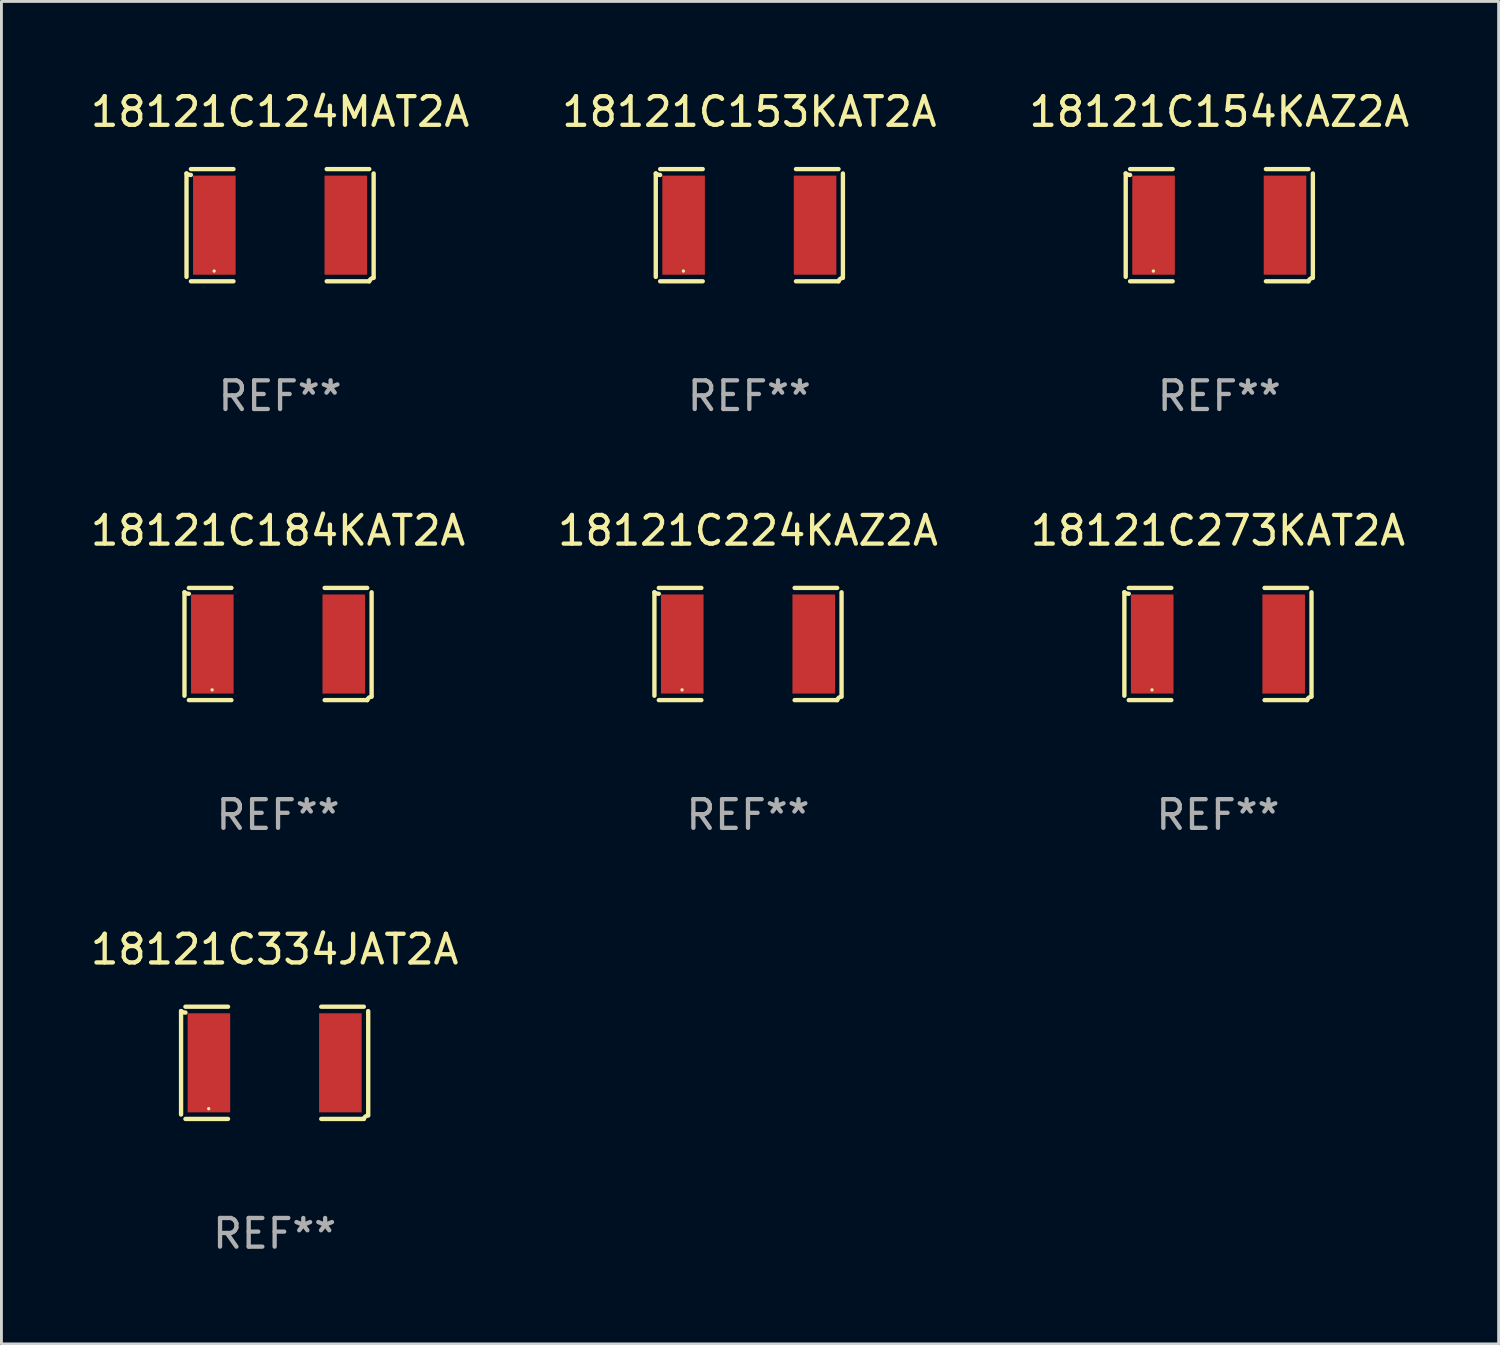
<source format=kicad_pcb>
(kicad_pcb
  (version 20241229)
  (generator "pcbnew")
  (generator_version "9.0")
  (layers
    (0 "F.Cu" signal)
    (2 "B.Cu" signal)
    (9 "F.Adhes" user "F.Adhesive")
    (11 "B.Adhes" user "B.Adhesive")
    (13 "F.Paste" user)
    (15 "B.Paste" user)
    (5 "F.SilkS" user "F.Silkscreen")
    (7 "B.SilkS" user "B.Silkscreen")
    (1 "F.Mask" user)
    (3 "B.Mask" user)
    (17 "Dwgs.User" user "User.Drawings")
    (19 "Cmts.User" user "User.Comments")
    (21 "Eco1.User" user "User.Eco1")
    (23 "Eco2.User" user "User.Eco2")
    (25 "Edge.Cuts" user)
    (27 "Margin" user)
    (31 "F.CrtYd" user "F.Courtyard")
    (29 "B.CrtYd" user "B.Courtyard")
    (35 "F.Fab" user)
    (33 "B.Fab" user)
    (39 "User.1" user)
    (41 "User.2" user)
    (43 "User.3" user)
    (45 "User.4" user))
  (footprint "18121C184KAT2A"
    (layer "F.Cu")
    (at 6.649 19.415)
    (property "Reference" "18121C184KAT2A" (at 0 -3.957 0) (layer "F.SilkS") (effects (font (size 1 1) (thickness 0.15))))
    (attr through_hole)
    (fp_line (start -3.264 1.804) (end -3.264 -1.804) (stroke (width 0.152) (type solid)) (layer "F.SilkS"))
    (fp_line (start -3.111 -1.957) (end -1.626 -1.957) (stroke (width 0.152) (type solid)) (layer "F.SilkS"))
    (fp_line (start -1.626 1.957) (end -3.111 1.957) (stroke (width 0.152) (type solid)) (layer "F.SilkS"))
    (fp_line (start 1.626 1.957) (end 3.111 1.957) (stroke (width 0.152) (type solid)) (layer "F.SilkS"))
    (fp_line (start 3.111 -1.957) (end 1.626 -1.957) (stroke (width 0.152) (type solid)) (layer "F.SilkS"))
    (fp_line (start 3.264 1.804) (end 3.264 -1.804) (stroke (width 0.152) (type solid)) (layer "F.SilkS"))
    (fp_arc (start -3.111202 -1.752192) (mid -3.191715 -1.76555) (end -3.263602 -1.804191) (stroke (width 0.1524) (type solid)) (layer "F.SilkS"))
    (fp_arc (start 3.111201 1.956591) (mid 3.167789 1.872777) (end 3.263602 1.840424) (stroke (width 0.1524) (type solid)) (layer "F.SilkS"))
    (fp_circle (center -2.3 1.6) (end -2.27 1.6) (stroke (width 0.06) (type solid)) (fill no) (layer "F.SilkS"))
    (fp_text user "REF**" (at 0 5.957 0) (layer "F.Fab") (effects (font (size 1 1) (thickness 0.15))))
    (pad "1" smd rect (at -2.293 0) (size 1.485 3.456) (layers "F.Cu" "F.Mask" "F.Paste"))
    (pad "2" smd rect (at 2.293 0) (size 1.485 3.456) (layers "F.Cu" "F.Mask" "F.Paste")))
  (footprint "18121C124MAT2A"
    (layer "F.Cu")
    (at 6.72 4.805)
    (property "Reference" "18121C124MAT2A" (at 0 -3.957 0) (layer "F.SilkS") (effects (font (size 1 1) (thickness 0.15))))
    (attr through_hole)
    (fp_line (start -3.264 1.804) (end -3.264 -1.804) (stroke (width 0.152) (type solid)) (layer "F.SilkS"))
    (fp_line (start -3.111 -1.957) (end -1.626 -1.957) (stroke (width 0.152) (type solid)) (layer "F.SilkS"))
    (fp_line (start -1.626 1.957) (end -3.111 1.957) (stroke (width 0.152) (type solid)) (layer "F.SilkS"))
    (fp_line (start 1.626 1.957) (end 3.111 1.957) (stroke (width 0.152) (type solid)) (layer "F.SilkS"))
    (fp_line (start 3.111 -1.957) (end 1.626 -1.957) (stroke (width 0.152) (type solid)) (layer "F.SilkS"))
    (fp_line (start 3.264 1.804) (end 3.264 -1.804) (stroke (width 0.152) (type solid)) (layer "F.SilkS"))
    (fp_arc (start -3.111202 -1.752192) (mid -3.191715 -1.76555) (end -3.263602 -1.804191) (stroke (width 0.1524) (type solid)) (layer "F.SilkS"))
    (fp_arc (start 3.111201 1.956591) (mid 3.167789 1.872777) (end 3.263602 1.840424) (stroke (width 0.1524) (type solid)) (layer "F.SilkS"))
    (fp_circle (center -2.3 1.6) (end -2.27 1.6) (stroke (width 0.06) (type solid)) (fill no) (layer "F.SilkS"))
    (fp_text user "REF**" (at 0 5.957 0) (layer "F.Fab") (effects (font (size 1 1) (thickness 0.15))))
    (pad "1" smd rect (at -2.293 0) (size 1.485 3.456) (layers "F.Cu" "F.Mask" "F.Paste"))
    (pad "2" smd rect (at 2.293 0) (size 1.485 3.456) (layers "F.Cu" "F.Mask" "F.Paste")))
  (footprint "18121C334JAT2A"
    (layer "F.Cu")
    (at 6.53 34.024)
    (property "Reference" "18121C334JAT2A" (at 0 -3.957 0) (layer "F.SilkS") (effects (font (size 1 1) (thickness 0.15))))
    (attr through_hole)
    (fp_line (start -3.264 1.804) (end -3.264 -1.804) (stroke (width 0.152) (type solid)) (layer "F.SilkS"))
    (fp_line (start -3.111 -1.957) (end -1.626 -1.957) (stroke (width 0.152) (type solid)) (layer "F.SilkS"))
    (fp_line (start -1.626 1.957) (end -3.111 1.957) (stroke (width 0.152) (type solid)) (layer "F.SilkS"))
    (fp_line (start 1.626 1.957) (end 3.111 1.957) (stroke (width 0.152) (type solid)) (layer "F.SilkS"))
    (fp_line (start 3.111 -1.957) (end 1.626 -1.957) (stroke (width 0.152) (type solid)) (layer "F.SilkS"))
    (fp_line (start 3.264 1.804) (end 3.264 -1.804) (stroke (width 0.152) (type solid)) (layer "F.SilkS"))
    (fp_arc (start -3.111202 -1.752192) (mid -3.191715 -1.76555) (end -3.263602 -1.804191) (stroke (width 0.1524) (type solid)) (layer "F.SilkS"))
    (fp_arc (start 3.111201 1.956591) (mid 3.167789 1.872777) (end 3.263602 1.840424) (stroke (width 0.1524) (type solid)) (layer "F.SilkS"))
    (fp_circle (center -2.3 1.6) (end -2.27 1.6) (stroke (width 0.06) (type solid)) (fill no) (layer "F.SilkS"))
    (fp_text user "REF**" (at 0 5.957 0) (layer "F.Fab") (effects (font (size 1 1) (thickness 0.15))))
    (pad "1" smd rect (at -2.293 0) (size 1.485 3.456) (layers "F.Cu" "F.Mask" "F.Paste"))
    (pad "2" smd rect (at 2.293 0) (size 1.485 3.456) (layers "F.Cu" "F.Mask" "F.Paste")))
  (footprint "18121C224KAZ2A"
    (layer "F.Cu")
    (at 23.042 19.415)
    (property "Reference" "18121C224KAZ2A" (at 0 -3.957 0) (layer "F.SilkS") (effects (font (size 1 1) (thickness 0.15))))
    (attr through_hole)
    (fp_line (start -3.264 1.804) (end -3.264 -1.804) (stroke (width 0.152) (type solid)) (layer "F.SilkS"))
    (fp_line (start -3.111 -1.957) (end -1.626 -1.957) (stroke (width 0.152) (type solid)) (layer "F.SilkS"))
    (fp_line (start -1.626 1.957) (end -3.111 1.957) (stroke (width 0.152) (type solid)) (layer "F.SilkS"))
    (fp_line (start 1.626 1.957) (end 3.111 1.957) (stroke (width 0.152) (type solid)) (layer "F.SilkS"))
    (fp_line (start 3.111 -1.957) (end 1.626 -1.957) (stroke (width 0.152) (type solid)) (layer "F.SilkS"))
    (fp_line (start 3.264 1.804) (end 3.264 -1.804) (stroke (width 0.152) (type solid)) (layer "F.SilkS"))
    (fp_arc (start -3.111202 -1.752192) (mid -3.191715 -1.76555) (end -3.263602 -1.804191) (stroke (width 0.1524) (type solid)) (layer "F.SilkS"))
    (fp_arc (start 3.111201 1.956591) (mid 3.167789 1.872777) (end 3.263602 1.840424) (stroke (width 0.1524) (type solid)) (layer "F.SilkS"))
    (fp_circle (center -2.3 1.6) (end -2.27 1.6) (stroke (width 0.06) (type solid)) (fill no) (layer "F.SilkS"))
    (fp_text user "REF**" (at 0 5.957 0) (layer "F.Fab") (effects (font (size 1 1) (thickness 0.15))))
    (pad "1" smd rect (at -2.293 0) (size 1.485 3.456) (layers "F.Cu" "F.Mask" "F.Paste"))
    (pad "2" smd rect (at 2.293 0) (size 1.485 3.456) (layers "F.Cu" "F.Mask" "F.Paste")))
  (footprint "18121C273KAT2A"
    (layer "F.Cu")
    (at 39.435 19.415)
    (property "Reference" "18121C273KAT2A" (at 0 -3.957 0) (layer "F.SilkS") (effects (font (size 1 1) (thickness 0.15))))
    (attr through_hole)
    (fp_line (start -3.264 1.804) (end -3.264 -1.804) (stroke (width 0.152) (type solid)) (layer "F.SilkS"))
    (fp_line (start -3.111 -1.957) (end -1.626 -1.957) (stroke (width 0.152) (type solid)) (layer "F.SilkS"))
    (fp_line (start -1.626 1.957) (end -3.111 1.957) (stroke (width 0.152) (type solid)) (layer "F.SilkS"))
    (fp_line (start 1.626 1.957) (end 3.111 1.957) (stroke (width 0.152) (type solid)) (layer "F.SilkS"))
    (fp_line (start 3.111 -1.957) (end 1.626 -1.957) (stroke (width 0.152) (type solid)) (layer "F.SilkS"))
    (fp_line (start 3.264 1.804) (end 3.264 -1.804) (stroke (width 0.152) (type solid)) (layer "F.SilkS"))
    (fp_arc (start -3.111202 -1.752192) (mid -3.191715 -1.76555) (end -3.263602 -1.804191) (stroke (width 0.1524) (type solid)) (layer "F.SilkS"))
    (fp_arc (start 3.111201 1.956591) (mid 3.167789 1.872777) (end 3.263602 1.840424) (stroke (width 0.1524) (type solid)) (layer "F.SilkS"))
    (fp_circle (center -2.3 1.6) (end -2.27 1.6) (stroke (width 0.06) (type solid)) (fill no) (layer "F.SilkS"))
    (fp_text user "REF**" (at 0 5.957 0) (layer "F.Fab") (effects (font (size 1 1) (thickness 0.15))))
    (pad "1" smd rect (at -2.293 0) (size 1.485 3.456) (layers "F.Cu" "F.Mask" "F.Paste"))
    (pad "2" smd rect (at 2.293 0) (size 1.485 3.456) (layers "F.Cu" "F.Mask" "F.Paste")))
  (footprint "18121C153KAT2A"
    (layer "F.Cu")
    (at 23.089 4.805)
    (property "Reference" "18121C153KAT2A" (at 0 -3.957 0) (layer "F.SilkS") (effects (font (size 1 1) (thickness 0.15))))
    (attr through_hole)
    (fp_line (start -3.264 1.804) (end -3.264 -1.804) (stroke (width 0.152) (type solid)) (layer "F.SilkS"))
    (fp_line (start -3.111 -1.957) (end -1.626 -1.957) (stroke (width 0.152) (type solid)) (layer "F.SilkS"))
    (fp_line (start -1.626 1.957) (end -3.111 1.957) (stroke (width 0.152) (type solid)) (layer "F.SilkS"))
    (fp_line (start 1.626 1.957) (end 3.111 1.957) (stroke (width 0.152) (type solid)) (layer "F.SilkS"))
    (fp_line (start 3.111 -1.957) (end 1.626 -1.957) (stroke (width 0.152) (type solid)) (layer "F.SilkS"))
    (fp_line (start 3.264 1.804) (end 3.264 -1.804) (stroke (width 0.152) (type solid)) (layer "F.SilkS"))
    (fp_arc (start -3.111202 -1.752192) (mid -3.191715 -1.76555) (end -3.263602 -1.804191) (stroke (width 0.1524) (type solid)) (layer "F.SilkS"))
    (fp_arc (start 3.111201 1.956591) (mid 3.167789 1.872777) (end 3.263602 1.840424) (stroke (width 0.1524) (type solid)) (layer "F.SilkS"))
    (fp_circle (center -2.3 1.6) (end -2.27 1.6) (stroke (width 0.06) (type solid)) (fill no) (layer "F.SilkS"))
    (fp_text user "REF**" (at 0 5.957 0) (layer "F.Fab") (effects (font (size 1 1) (thickness 0.15))))
    (pad "1" smd rect (at -2.293 0) (size 1.485 3.456) (layers "F.Cu" "F.Mask" "F.Paste"))
    (pad "2" smd rect (at 2.293 0) (size 1.485 3.456) (layers "F.Cu" "F.Mask" "F.Paste")))
  (footprint "18121C154KAZ2A"
    (layer "F.Cu")
    (at 39.482 4.805)
    (property "Reference" "18121C154KAZ2A" (at 0 -3.957 0) (layer "F.SilkS") (effects (font (size 1 1) (thickness 0.15))))
    (attr through_hole)
    (fp_line (start -3.264 1.804) (end -3.264 -1.804) (stroke (width 0.152) (type solid)) (layer "F.SilkS"))
    (fp_line (start -3.111 -1.957) (end -1.626 -1.957) (stroke (width 0.152) (type solid)) (layer "F.SilkS"))
    (fp_line (start -1.626 1.957) (end -3.111 1.957) (stroke (width 0.152) (type solid)) (layer "F.SilkS"))
    (fp_line (start 1.626 1.957) (end 3.111 1.957) (stroke (width 0.152) (type solid)) (layer "F.SilkS"))
    (fp_line (start 3.111 -1.957) (end 1.626 -1.957) (stroke (width 0.152) (type solid)) (layer "F.SilkS"))
    (fp_line (start 3.264 1.804) (end 3.264 -1.804) (stroke (width 0.152) (type solid)) (layer "F.SilkS"))
    (fp_arc (start -3.111202 -1.752192) (mid -3.191715 -1.76555) (end -3.263602 -1.804191) (stroke (width 0.1524) (type solid)) (layer "F.SilkS"))
    (fp_arc (start 3.111201 1.956591) (mid 3.167789 1.872777) (end 3.263602 1.840424) (stroke (width 0.1524) (type solid)) (layer "F.SilkS"))
    (fp_circle (center -2.3 1.6) (end -2.27 1.6) (stroke (width 0.06) (type solid)) (fill no) (layer "F.SilkS"))
    (fp_text user "REF**" (at 0 5.957 0) (layer "F.Fab") (effects (font (size 1 1) (thickness 0.15))))
    (pad "1" smd rect (at -2.293 0) (size 1.485 3.456) (layers "F.Cu" "F.Mask" "F.Paste"))
    (pad "2" smd rect (at 2.293 0) (size 1.485 3.456) (layers "F.Cu" "F.Mask" "F.Paste")))
  (gr_rect
    (start -3 -3)
    (end 49.226 43.829)
    (stroke (width 0.1) (type default))
    (fill no)
    (layer "Edge.Cuts")))
</source>
